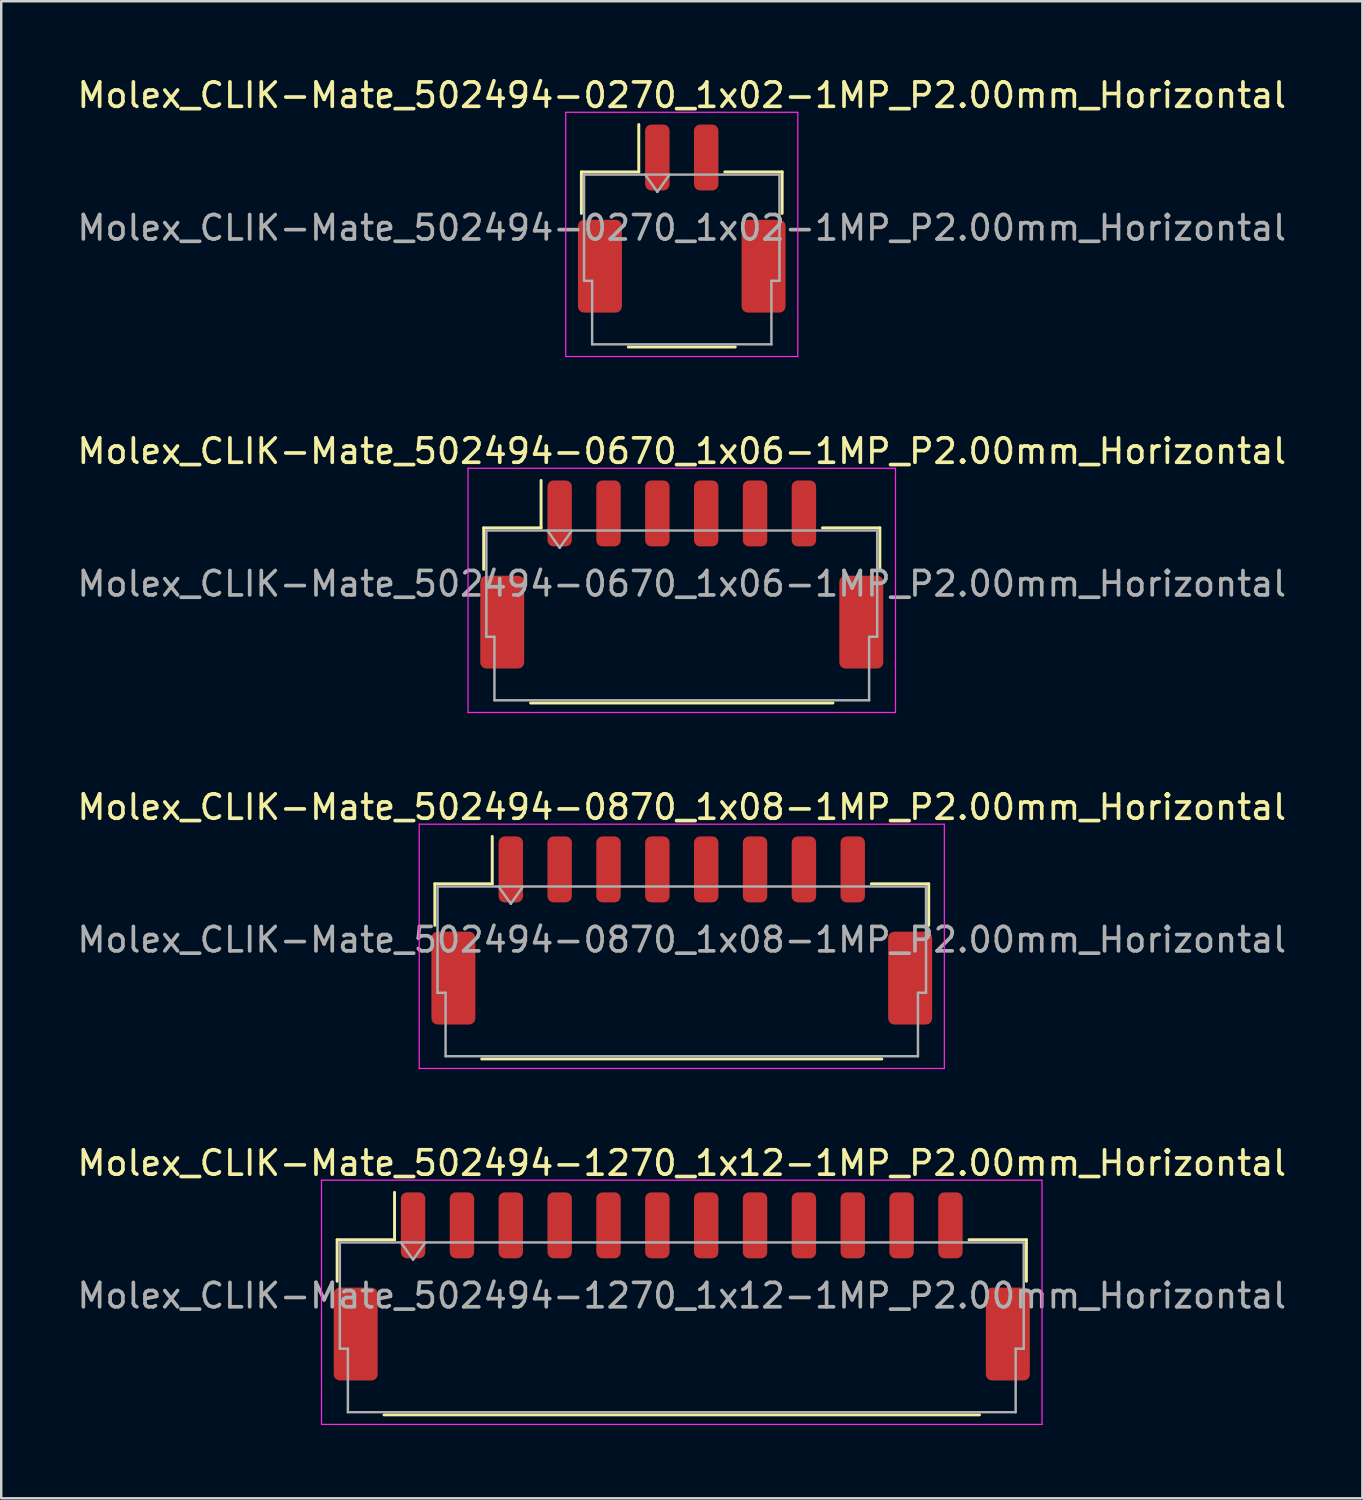
<source format=kicad_pcb>
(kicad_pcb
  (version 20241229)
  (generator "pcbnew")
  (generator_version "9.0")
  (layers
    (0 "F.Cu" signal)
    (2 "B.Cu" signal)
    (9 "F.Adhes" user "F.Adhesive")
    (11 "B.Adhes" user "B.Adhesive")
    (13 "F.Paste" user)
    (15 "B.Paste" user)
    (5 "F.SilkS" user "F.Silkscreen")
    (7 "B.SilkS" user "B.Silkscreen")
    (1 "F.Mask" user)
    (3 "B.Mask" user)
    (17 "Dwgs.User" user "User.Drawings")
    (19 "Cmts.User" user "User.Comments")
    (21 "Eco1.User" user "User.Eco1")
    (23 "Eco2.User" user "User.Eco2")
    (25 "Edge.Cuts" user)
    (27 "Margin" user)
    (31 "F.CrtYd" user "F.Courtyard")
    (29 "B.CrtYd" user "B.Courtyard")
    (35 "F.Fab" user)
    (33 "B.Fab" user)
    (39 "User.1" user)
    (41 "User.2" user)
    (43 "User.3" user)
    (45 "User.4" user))
  (footprint "Molex_CLIK-Mate_502494-0870_1x08-1MP_P2.00mm_Horizontal"
    (layer "F.Cu")
    (at 24.863 35.045)
    (property "Reference" "Molex_CLIK-Mate_502494-0870_1x08-1MP_P2.00mm_Horizontal" (at 0 -5.05 0) (layer "F.SilkS") (effects (font (size 1 1) (thickness 0.15))))
    (attr smd)
    (fp_line (start -10.11 -1.91) (end -7.76 -1.91) (stroke (width 0.12) (type solid)) (layer "F.SilkS"))
    (fp_line (start -10.11 -0.21) (end -10.11 -1.91) (stroke (width 0.12) (type solid)) (layer "F.SilkS"))
    (fp_line (start -8.19 5.26) (end 8.19 5.26) (stroke (width 0.12) (type solid)) (layer "F.SilkS"))
    (fp_line (start -7.76 -1.91) (end -7.76 -3.85) (stroke (width 0.12) (type solid)) (layer "F.SilkS"))
    (fp_line (start 10.11 -1.91) (end 7.76 -1.91) (stroke (width 0.12) (type solid)) (layer "F.SilkS"))
    (fp_line (start 10.11 -0.21) (end 10.11 -1.91) (stroke (width 0.12) (type solid)) (layer "F.SilkS"))
    (fp_line (start -10.75 -4.35) (end -10.75 5.65) (stroke (width 0.05) (type solid)) (layer "F.CrtYd"))
    (fp_line (start -10.75 5.65) (end 10.75 5.65) (stroke (width 0.05) (type solid)) (layer "F.CrtYd"))
    (fp_line (start 10.75 -4.35) (end -10.75 -4.35) (stroke (width 0.05) (type solid)) (layer "F.CrtYd"))
    (fp_line (start 10.75 5.65) (end 10.75 -4.35) (stroke (width 0.05) (type solid)) (layer "F.CrtYd"))
    (fp_line (start -10 -1.8) (end -10 2.55) (stroke (width 0.1) (type solid)) (layer "F.Fab"))
    (fp_line (start -10 -1.8) (end 10 -1.8) (stroke (width 0.1) (type solid)) (layer "F.Fab"))
    (fp_line (start -10 2.55) (end -9.67 2.55) (stroke (width 0.1) (type solid)) (layer "F.Fab"))
    (fp_line (start -9.67 2.55) (end -9.67 5.15) (stroke (width 0.1) (type solid)) (layer "F.Fab"))
    (fp_line (start -9.67 5.15) (end 9.67 5.15) (stroke (width 0.1) (type solid)) (layer "F.Fab"))
    (fp_line (start -7.5 -1.8) (end -7 -1.093) (stroke (width 0.1) (type solid)) (layer "F.Fab"))
    (fp_line (start -7 -1.093) (end -6.5 -1.8) (stroke (width 0.1) (type solid)) (layer "F.Fab"))
    (fp_line (start 9.67 2.55) (end 10 2.55) (stroke (width 0.1) (type solid)) (layer "F.Fab"))
    (fp_line (start 9.67 5.15) (end 9.67 2.55) (stroke (width 0.1) (type solid)) (layer "F.Fab"))
    (fp_line (start 10 -1.8) (end 10 2.55) (stroke (width 0.1) (type solid)) (layer "F.Fab"))
    (fp_text user "${REFERENCE}" (at 0 0.38 0) (layer "F.Fab") (effects (font (size 1 1) (thickness 0.15))))
    (pad "1" smd roundrect (at -7 -2.5) (size 1 2.7) (layers "F.Cu" "F.Mask" "F.Paste") (roundrect_rratio 0.25))
    (pad "2" smd roundrect (at -5 -2.5) (size 1 2.7) (layers "F.Cu" "F.Mask" "F.Paste") (roundrect_rratio 0.25))
    (pad "3" smd roundrect (at -3 -2.5) (size 1 2.7) (layers "F.Cu" "F.Mask" "F.Paste") (roundrect_rratio 0.25))
    (pad "4" smd roundrect (at -1 -2.5) (size 1 2.7) (layers "F.Cu" "F.Mask" "F.Paste") (roundrect_rratio 0.25))
    (pad "5" smd roundrect (at 1 -2.5) (size 1 2.7) (layers "F.Cu" "F.Mask" "F.Paste") (roundrect_rratio 0.25))
    (pad "6" smd roundrect (at 3 -2.5) (size 1 2.7) (layers "F.Cu" "F.Mask" "F.Paste") (roundrect_rratio 0.25))
    (pad "7" smd roundrect (at 5 -2.5) (size 1 2.7) (layers "F.Cu" "F.Mask" "F.Paste") (roundrect_rratio 0.25))
    (pad "8" smd roundrect (at 7 -2.5) (size 1 2.7) (layers "F.Cu" "F.Mask" "F.Paste") (roundrect_rratio 0.25))
    (pad "MP" smd roundrect (at -9.35 1.95) (size 1.8 3.8) (layers "F.Cu" "F.Mask" "F.Paste") (roundrect_rratio 0.139))
    (pad "MP" smd roundrect (at 9.35 1.95) (size 1.8 3.8) (layers "F.Cu" "F.Mask" "F.Paste") (roundrect_rratio 0.139)))
  (footprint "Molex_CLIK-Mate_502494-0270_1x02-1MP_P2.00mm_Horizontal"
    (layer "F.Cu")
    (at 24.863 5.898)
    (property "Reference" "Molex_CLIK-Mate_502494-0270_1x02-1MP_P2.00mm_Horizontal" (at 0 -5.05 0) (layer "F.SilkS") (effects (font (size 1 1) (thickness 0.15))))
    (attr smd)
    (fp_line (start -4.11 -1.91) (end -1.76 -1.91) (stroke (width 0.12) (type solid)) (layer "F.SilkS"))
    (fp_line (start -4.11 -0.21) (end -4.11 -1.91) (stroke (width 0.12) (type solid)) (layer "F.SilkS"))
    (fp_line (start -2.19 5.26) (end 2.19 5.26) (stroke (width 0.12) (type solid)) (layer "F.SilkS"))
    (fp_line (start -1.76 -1.91) (end -1.76 -3.85) (stroke (width 0.12) (type solid)) (layer "F.SilkS"))
    (fp_line (start 4.11 -1.91) (end 1.76 -1.91) (stroke (width 0.12) (type solid)) (layer "F.SilkS"))
    (fp_line (start 4.11 -0.21) (end 4.11 -1.91) (stroke (width 0.12) (type solid)) (layer "F.SilkS"))
    (fp_line (start -4.75 -4.35) (end -4.75 5.65) (stroke (width 0.05) (type solid)) (layer "F.CrtYd"))
    (fp_line (start -4.75 5.65) (end 4.75 5.65) (stroke (width 0.05) (type solid)) (layer "F.CrtYd"))
    (fp_line (start 4.75 -4.35) (end -4.75 -4.35) (stroke (width 0.05) (type solid)) (layer "F.CrtYd"))
    (fp_line (start 4.75 5.65) (end 4.75 -4.35) (stroke (width 0.05) (type solid)) (layer "F.CrtYd"))
    (fp_line (start -4 -1.8) (end -4 2.55) (stroke (width 0.1) (type solid)) (layer "F.Fab"))
    (fp_line (start -4 -1.8) (end 4 -1.8) (stroke (width 0.1) (type solid)) (layer "F.Fab"))
    (fp_line (start -4 2.55) (end -3.67 2.55) (stroke (width 0.1) (type solid)) (layer "F.Fab"))
    (fp_line (start -3.67 2.55) (end -3.67 5.15) (stroke (width 0.1) (type solid)) (layer "F.Fab"))
    (fp_line (start -3.67 5.15) (end 3.67 5.15) (stroke (width 0.1) (type solid)) (layer "F.Fab"))
    (fp_line (start -1.5 -1.8) (end -1 -1.093) (stroke (width 0.1) (type solid)) (layer "F.Fab"))
    (fp_line (start -1 -1.093) (end -0.5 -1.8) (stroke (width 0.1) (type solid)) (layer "F.Fab"))
    (fp_line (start 3.67 2.55) (end 4 2.55) (stroke (width 0.1) (type solid)) (layer "F.Fab"))
    (fp_line (start 3.67 5.15) (end 3.67 2.55) (stroke (width 0.1) (type solid)) (layer "F.Fab"))
    (fp_line (start 4 -1.8) (end 4 2.55) (stroke (width 0.1) (type solid)) (layer "F.Fab"))
    (fp_text user "${REFERENCE}" (at 0 0.38 0) (layer "F.Fab") (effects (font (size 1 1) (thickness 0.15))))
    (pad "1" smd roundrect (at -1 -2.5) (size 1 2.7) (layers "F.Cu" "F.Mask" "F.Paste") (roundrect_rratio 0.25))
    (pad "2" smd roundrect (at 1 -2.5) (size 1 2.7) (layers "F.Cu" "F.Mask" "F.Paste") (roundrect_rratio 0.25))
    (pad "MP" smd roundrect (at -3.35 1.95) (size 1.8 3.8) (layers "F.Cu" "F.Mask" "F.Paste") (roundrect_rratio 0.139))
    (pad "MP" smd roundrect (at 3.35 1.95) (size 1.8 3.8) (layers "F.Cu" "F.Mask" "F.Paste") (roundrect_rratio 0.139)))
  (footprint "Molex_CLIK-Mate_502494-1270_1x12-1MP_P2.00mm_Horizontal"
    (layer "F.Cu")
    (at 24.863 49.618)
    (property "Reference" "Molex_CLIK-Mate_502494-1270_1x12-1MP_P2.00mm_Horizontal" (at 0 -5.05 0) (layer "F.SilkS") (effects (font (size 1 1) (thickness 0.15))))
    (attr smd)
    (fp_line (start -14.11 -1.91) (end -11.76 -1.91) (stroke (width 0.12) (type solid)) (layer "F.SilkS"))
    (fp_line (start -14.11 -0.21) (end -14.11 -1.91) (stroke (width 0.12) (type solid)) (layer "F.SilkS"))
    (fp_line (start -12.19 5.26) (end 12.19 5.26) (stroke (width 0.12) (type solid)) (layer "F.SilkS"))
    (fp_line (start -11.76 -1.91) (end -11.76 -3.85) (stroke (width 0.12) (type solid)) (layer "F.SilkS"))
    (fp_line (start 14.11 -1.91) (end 11.76 -1.91) (stroke (width 0.12) (type solid)) (layer "F.SilkS"))
    (fp_line (start 14.11 -0.21) (end 14.11 -1.91) (stroke (width 0.12) (type solid)) (layer "F.SilkS"))
    (fp_line (start -14.75 -4.35) (end -14.75 5.65) (stroke (width 0.05) (type solid)) (layer "F.CrtYd"))
    (fp_line (start -14.75 5.65) (end 14.75 5.65) (stroke (width 0.05) (type solid)) (layer "F.CrtYd"))
    (fp_line (start 14.75 -4.35) (end -14.75 -4.35) (stroke (width 0.05) (type solid)) (layer "F.CrtYd"))
    (fp_line (start 14.75 5.65) (end 14.75 -4.35) (stroke (width 0.05) (type solid)) (layer "F.CrtYd"))
    (fp_line (start -14 -1.8) (end -14 2.55) (stroke (width 0.1) (type solid)) (layer "F.Fab"))
    (fp_line (start -14 -1.8) (end 14 -1.8) (stroke (width 0.1) (type solid)) (layer "F.Fab"))
    (fp_line (start -14 2.55) (end -13.67 2.55) (stroke (width 0.1) (type solid)) (layer "F.Fab"))
    (fp_line (start -13.67 2.55) (end -13.67 5.15) (stroke (width 0.1) (type solid)) (layer "F.Fab"))
    (fp_line (start -13.67 5.15) (end 13.67 5.15) (stroke (width 0.1) (type solid)) (layer "F.Fab"))
    (fp_line (start -11.5 -1.8) (end -11 -1.093) (stroke (width 0.1) (type solid)) (layer "F.Fab"))
    (fp_line (start -11 -1.093) (end -10.5 -1.8) (stroke (width 0.1) (type solid)) (layer "F.Fab"))
    (fp_line (start 13.67 2.55) (end 14 2.55) (stroke (width 0.1) (type solid)) (layer "F.Fab"))
    (fp_line (start 13.67 5.15) (end 13.67 2.55) (stroke (width 0.1) (type solid)) (layer "F.Fab"))
    (fp_line (start 14 -1.8) (end 14 2.55) (stroke (width 0.1) (type solid)) (layer "F.Fab"))
    (fp_text user "${REFERENCE}" (at 0 0.38 0) (layer "F.Fab") (effects (font (size 1 1) (thickness 0.15))))
    (pad "1" smd roundrect (at -11 -2.5) (size 1 2.7) (layers "F.Cu" "F.Mask" "F.Paste") (roundrect_rratio 0.25))
    (pad "2" smd roundrect (at -9 -2.5) (size 1 2.7) (layers "F.Cu" "F.Mask" "F.Paste") (roundrect_rratio 0.25))
    (pad "3" smd roundrect (at -7 -2.5) (size 1 2.7) (layers "F.Cu" "F.Mask" "F.Paste") (roundrect_rratio 0.25))
    (pad "4" smd roundrect (at -5 -2.5) (size 1 2.7) (layers "F.Cu" "F.Mask" "F.Paste") (roundrect_rratio 0.25))
    (pad "5" smd roundrect (at -3 -2.5) (size 1 2.7) (layers "F.Cu" "F.Mask" "F.Paste") (roundrect_rratio 0.25))
    (pad "6" smd roundrect (at -1 -2.5) (size 1 2.7) (layers "F.Cu" "F.Mask" "F.Paste") (roundrect_rratio 0.25))
    (pad "7" smd roundrect (at 1 -2.5) (size 1 2.7) (layers "F.Cu" "F.Mask" "F.Paste") (roundrect_rratio 0.25))
    (pad "8" smd roundrect (at 3 -2.5) (size 1 2.7) (layers "F.Cu" "F.Mask" "F.Paste") (roundrect_rratio 0.25))
    (pad "9" smd roundrect (at 5 -2.5) (size 1 2.7) (layers "F.Cu" "F.Mask" "F.Paste") (roundrect_rratio 0.25))
    (pad "10" smd roundrect (at 7 -2.5) (size 1 2.7) (layers "F.Cu" "F.Mask" "F.Paste") (roundrect_rratio 0.25))
    (pad "11" smd roundrect (at 9 -2.5) (size 1 2.7) (layers "F.Cu" "F.Mask" "F.Paste") (roundrect_rratio 0.25))
    (pad "12" smd roundrect (at 11 -2.5) (size 1 2.7) (layers "F.Cu" "F.Mask" "F.Paste") (roundrect_rratio 0.25))
    (pad "MP" smd roundrect (at -13.35 1.95) (size 1.8 3.8) (layers "F.Cu" "F.Mask" "F.Paste") (roundrect_rratio 0.139))
    (pad "MP" smd roundrect (at 13.35 1.95) (size 1.8 3.8) (layers "F.Cu" "F.Mask" "F.Paste") (roundrect_rratio 0.139)))
  (footprint "Molex_CLIK-Mate_502494-0670_1x06-1MP_P2.00mm_Horizontal"
    (layer "F.Cu")
    (at 24.863 20.471)
    (property "Reference" "Molex_CLIK-Mate_502494-0670_1x06-1MP_P2.00mm_Horizontal" (at 0 -5.05 0) (layer "F.SilkS") (effects (font (size 1 1) (thickness 0.15))))
    (attr smd)
    (fp_line (start -8.11 -1.91) (end -5.76 -1.91) (stroke (width 0.12) (type solid)) (layer "F.SilkS"))
    (fp_line (start -8.11 -0.21) (end -8.11 -1.91) (stroke (width 0.12) (type solid)) (layer "F.SilkS"))
    (fp_line (start -6.19 5.26) (end 6.19 5.26) (stroke (width 0.12) (type solid)) (layer "F.SilkS"))
    (fp_line (start -5.76 -1.91) (end -5.76 -3.85) (stroke (width 0.12) (type solid)) (layer "F.SilkS"))
    (fp_line (start 8.11 -1.91) (end 5.76 -1.91) (stroke (width 0.12) (type solid)) (layer "F.SilkS"))
    (fp_line (start 8.11 -0.21) (end 8.11 -1.91) (stroke (width 0.12) (type solid)) (layer "F.SilkS"))
    (fp_line (start -8.75 -4.35) (end -8.75 5.65) (stroke (width 0.05) (type solid)) (layer "F.CrtYd"))
    (fp_line (start -8.75 5.65) (end 8.75 5.65) (stroke (width 0.05) (type solid)) (layer "F.CrtYd"))
    (fp_line (start 8.75 -4.35) (end -8.75 -4.35) (stroke (width 0.05) (type solid)) (layer "F.CrtYd"))
    (fp_line (start 8.75 5.65) (end 8.75 -4.35) (stroke (width 0.05) (type solid)) (layer "F.CrtYd"))
    (fp_line (start -8 -1.8) (end -8 2.55) (stroke (width 0.1) (type solid)) (layer "F.Fab"))
    (fp_line (start -8 -1.8) (end 8 -1.8) (stroke (width 0.1) (type solid)) (layer "F.Fab"))
    (fp_line (start -8 2.55) (end -7.67 2.55) (stroke (width 0.1) (type solid)) (layer "F.Fab"))
    (fp_line (start -7.67 2.55) (end -7.67 5.15) (stroke (width 0.1) (type solid)) (layer "F.Fab"))
    (fp_line (start -7.67 5.15) (end 7.67 5.15) (stroke (width 0.1) (type solid)) (layer "F.Fab"))
    (fp_line (start -5.5 -1.8) (end -5 -1.093) (stroke (width 0.1) (type solid)) (layer "F.Fab"))
    (fp_line (start -5 -1.093) (end -4.5 -1.8) (stroke (width 0.1) (type solid)) (layer "F.Fab"))
    (fp_line (start 7.67 2.55) (end 8 2.55) (stroke (width 0.1) (type solid)) (layer "F.Fab"))
    (fp_line (start 7.67 5.15) (end 7.67 2.55) (stroke (width 0.1) (type solid)) (layer "F.Fab"))
    (fp_line (start 8 -1.8) (end 8 2.55) (stroke (width 0.1) (type solid)) (layer "F.Fab"))
    (fp_text user "${REFERENCE}" (at 0 0.38 0) (layer "F.Fab") (effects (font (size 1 1) (thickness 0.15))))
    (pad "1" smd roundrect (at -5 -2.5) (size 1 2.7) (layers "F.Cu" "F.Mask" "F.Paste") (roundrect_rratio 0.25))
    (pad "2" smd roundrect (at -3 -2.5) (size 1 2.7) (layers "F.Cu" "F.Mask" "F.Paste") (roundrect_rratio 0.25))
    (pad "3" smd roundrect (at -1 -2.5) (size 1 2.7) (layers "F.Cu" "F.Mask" "F.Paste") (roundrect_rratio 0.25))
    (pad "4" smd roundrect (at 1 -2.5) (size 1 2.7) (layers "F.Cu" "F.Mask" "F.Paste") (roundrect_rratio 0.25))
    (pad "5" smd roundrect (at 3 -2.5) (size 1 2.7) (layers "F.Cu" "F.Mask" "F.Paste") (roundrect_rratio 0.25))
    (pad "6" smd roundrect (at 5 -2.5) (size 1 2.7) (layers "F.Cu" "F.Mask" "F.Paste") (roundrect_rratio 0.25))
    (pad "MP" smd roundrect (at -7.35 1.95) (size 1.8 3.8) (layers "F.Cu" "F.Mask" "F.Paste") (roundrect_rratio 0.139))
    (pad "MP" smd roundrect (at 7.35 1.95) (size 1.8 3.8) (layers "F.Cu" "F.Mask" "F.Paste") (roundrect_rratio 0.139)))
  (gr_rect
    (start -3 -3)
    (end 52.726 58.293)
    (stroke (width 0.1) (type default))
    (fill no)
    (layer "Edge.Cuts")))
</source>
